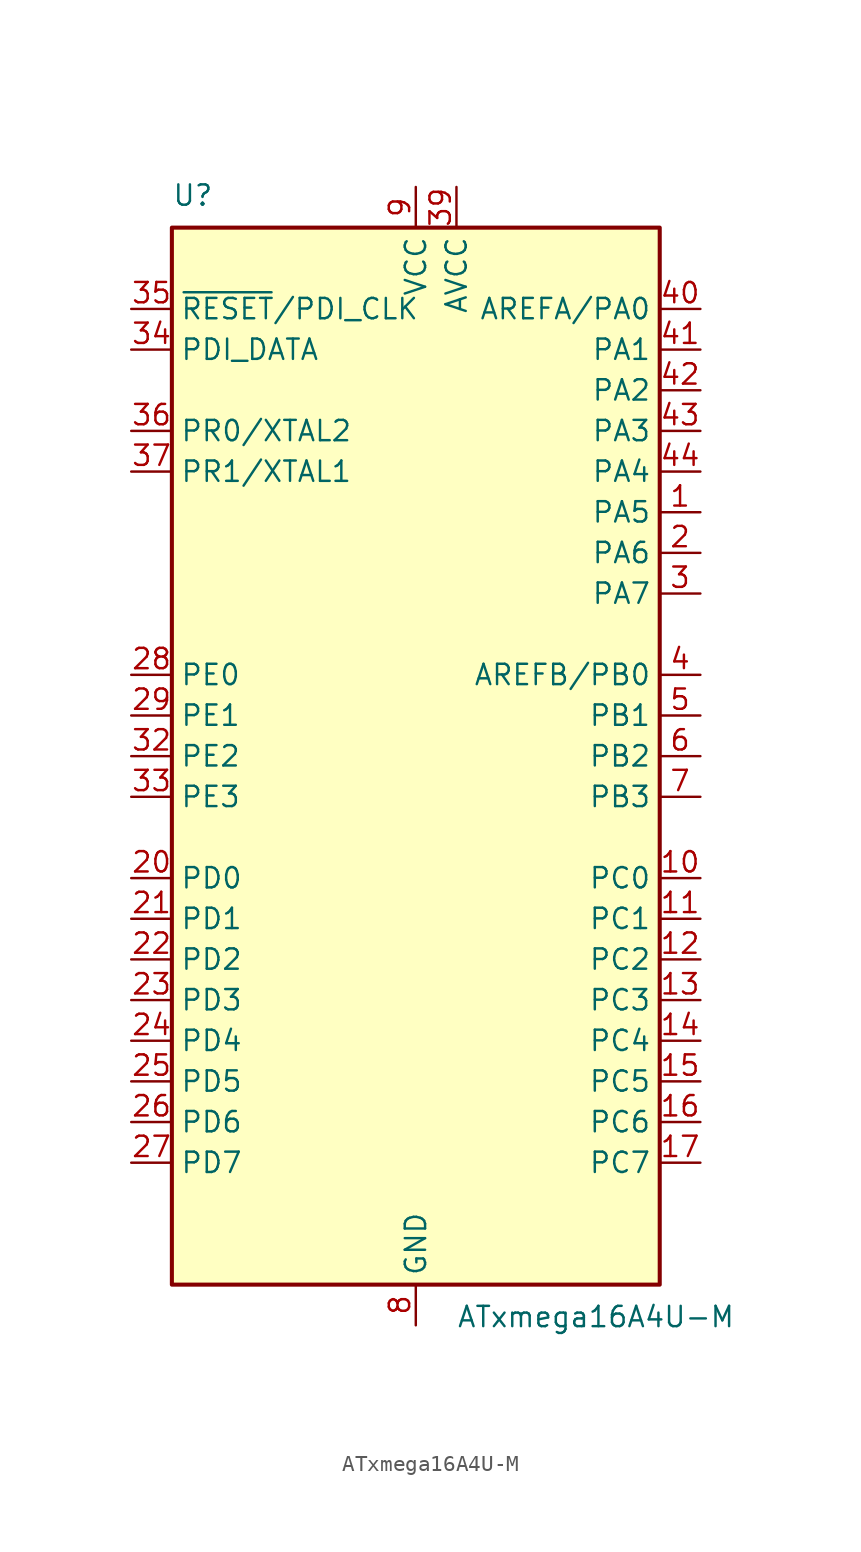
<source format=kicad_sym>
(kicad_symbol_lib
  (version 20201005)
  (generator kicad_symbol_editor)
  (symbol "MCU_Microchip_ATmega:ATxmega16A4U-M"
    (property "Reference" "U"
      (at -15.24 34.29 0)
      (effects (font (size 1.27 1.27)) (justify left bottom)))
    (property "Value" "ATxmega16A4U-M"
      (at 2.54 -34.29 0)
      (effects (font (size 1.27 1.27)) (justify left top)))
    (symbol "ATxmega16A4U-M_0_1"
      (rectangle (start -15.24 -33.02) (end 15.24 33.02) (stroke (width 0.254)) (fill (type background))))
    (symbol "ATxmega16A4U-M_1_1"
      (pin bidirectional line (at 17.78 15.24 180) (length 2.54) (name "PA5" (effects (font (size 1.27 1.27)))) (number "1" (effects (font (size 1.27 1.27)))))
      (pin bidirectional line (at 17.78 -7.62 180) (length 2.54) (name "PC0" (effects (font (size 1.27 1.27)))) (number "10" (effects (font (size 1.27 1.27)))))
      (pin bidirectional line (at 17.78 -10.16 180) (length 2.54) (name "PC1" (effects (font (size 1.27 1.27)))) (number "11" (effects (font (size 1.27 1.27)))))
      (pin bidirectional line (at 17.78 -12.7 180) (length 2.54) (name "PC2" (effects (font (size 1.27 1.27)))) (number "12" (effects (font (size 1.27 1.27)))))
      (pin bidirectional line (at 17.78 -15.24 180) (length 2.54) (name "PC3" (effects (font (size 1.27 1.27)))) (number "13" (effects (font (size 1.27 1.27)))))
      (pin bidirectional line (at 17.78 -17.78 180) (length 2.54) (name "PC4" (effects (font (size 1.27 1.27)))) (number "14" (effects (font (size 1.27 1.27)))))
      (pin bidirectional line (at 17.78 -20.32 180) (length 2.54) (name "PC5" (effects (font (size 1.27 1.27)))) (number "15" (effects (font (size 1.27 1.27)))))
      (pin bidirectional line (at 17.78 -22.86 180) (length 2.54) (name "PC6" (effects (font (size 1.27 1.27)))) (number "16" (effects (font (size 1.27 1.27)))))
      (pin bidirectional line (at 17.78 -25.4 180) (length 2.54) (name "PC7" (effects (font (size 1.27 1.27)))) (number "17" (effects (font (size 1.27 1.27)))))
      (pin passive line (at 0 -35.56 90) (length 2.54) hide (name "GND" (effects (font (size 1.27 1.27)))) (number "18" (effects (font (size 1.27 1.27)))))
      (pin passive line (at 0 35.56 270) (length 2.54) hide (name "VCC" (effects (font (size 1.27 1.27)))) (number "19" (effects (font (size 1.27 1.27)))))
      (pin bidirectional line (at 17.78 12.7 180) (length 2.54) (name "PA6" (effects (font (size 1.27 1.27)))) (number "2" (effects (font (size 1.27 1.27)))))
      (pin bidirectional line (at -17.78 -7.62 0) (length 2.54) (name "PD0" (effects (font (size 1.27 1.27)))) (number "20" (effects (font (size 1.27 1.27)))))
      (pin bidirectional line (at -17.78 -10.16 0) (length 2.54) (name "PD1" (effects (font (size 1.27 1.27)))) (number "21" (effects (font (size 1.27 1.27)))))
      (pin bidirectional line (at -17.78 -12.7 0) (length 2.54) (name "PD2" (effects (font (size 1.27 1.27)))) (number "22" (effects (font (size 1.27 1.27)))))
      (pin bidirectional line (at -17.78 -15.24 0) (length 2.54) (name "PD3" (effects (font (size 1.27 1.27)))) (number "23" (effects (font (size 1.27 1.27)))))
      (pin bidirectional line (at -17.78 -17.78 0) (length 2.54) (name "PD4" (effects (font (size 1.27 1.27)))) (number "24" (effects (font (size 1.27 1.27)))))
      (pin bidirectional line (at -17.78 -20.32 0) (length 2.54) (name "PD5" (effects (font (size 1.27 1.27)))) (number "25" (effects (font (size 1.27 1.27)))))
      (pin bidirectional line (at -17.78 -22.86 0) (length 2.54) (name "PD6" (effects (font (size 1.27 1.27)))) (number "26" (effects (font (size 1.27 1.27)))))
      (pin bidirectional line (at -17.78 -25.4 0) (length 2.54) (name "PD7" (effects (font (size 1.27 1.27)))) (number "27" (effects (font (size 1.27 1.27)))))
      (pin bidirectional line (at -17.78 5.08 0) (length 2.54) (name "PE0" (effects (font (size 1.27 1.27)))) (number "28" (effects (font (size 1.27 1.27)))))
      (pin bidirectional line (at -17.78 2.54 0) (length 2.54) (name "PE1" (effects (font (size 1.27 1.27)))) (number "29" (effects (font (size 1.27 1.27)))))
      (pin bidirectional line (at 17.78 10.16 180) (length 2.54) (name "PA7" (effects (font (size 1.27 1.27)))) (number "3" (effects (font (size 1.27 1.27)))))
      (pin passive line (at 0 -35.56 90) (length 2.54) hide (name "GND" (effects (font (size 1.27 1.27)))) (number "30" (effects (font (size 1.27 1.27)))))
      (pin passive line (at 0 35.56 270) (length 2.54) hide (name "VCC" (effects (font (size 1.27 1.27)))) (number "31" (effects (font (size 1.27 1.27)))))
      (pin bidirectional line (at -17.78 0 0) (length 2.54) (name "PE2" (effects (font (size 1.27 1.27)))) (number "32" (effects (font (size 1.27 1.27)))))
      (pin bidirectional line (at -17.78 -2.54 0) (length 2.54) (name "PE3" (effects (font (size 1.27 1.27)))) (number "33" (effects (font (size 1.27 1.27)))))
      (pin bidirectional line (at -17.78 25.4 0) (length 2.54) (name "PDI_DATA" (effects (font (size 1.27 1.27)))) (number "34" (effects (font (size 1.27 1.27)))))
      (pin input line (at -17.78 27.94 0) (length 2.54) (name "~RESET~/PDI_CLK" (effects (font (size 1.27 1.27)))) (number "35" (effects (font (size 1.27 1.27)))))
      (pin bidirectional line (at -17.78 20.32 0) (length 2.54) (name "PR0/XTAL2" (effects (font (size 1.27 1.27)))) (number "36" (effects (font (size 1.27 1.27)))))
      (pin bidirectional line (at -17.78 17.78 0) (length 2.54) (name "PR1/XTAL1" (effects (font (size 1.27 1.27)))) (number "37" (effects (font (size 1.27 1.27)))))
      (pin passive line (at 0 -35.56 90) (length 2.54) hide (name "GND" (effects (font (size 1.27 1.27)))) (number "38" (effects (font (size 1.27 1.27)))))
      (pin power_in line (at 2.54 35.56 270) (length 2.54) (name "AVCC" (effects (font (size 1.27 1.27)))) (number "39" (effects (font (size 1.27 1.27)))))
      (pin bidirectional line (at 17.78 5.08 180) (length 2.54) (name "AREFB/PB0" (effects (font (size 1.27 1.27)))) (number "4" (effects (font (size 1.27 1.27)))))
      (pin bidirectional line (at 17.78 27.94 180) (length 2.54) (name "AREFA/PA0" (effects (font (size 1.27 1.27)))) (number "40" (effects (font (size 1.27 1.27)))))
      (pin bidirectional line (at 17.78 25.4 180) (length 2.54) (name "PA1" (effects (font (size 1.27 1.27)))) (number "41" (effects (font (size 1.27 1.27)))))
      (pin bidirectional line (at 17.78 22.86 180) (length 2.54) (name "PA2" (effects (font (size 1.27 1.27)))) (number "42" (effects (font (size 1.27 1.27)))))
      (pin bidirectional line (at 17.78 20.32 180) (length 2.54) (name "PA3" (effects (font (size 1.27 1.27)))) (number "43" (effects (font (size 1.27 1.27)))))
      (pin bidirectional line (at 17.78 17.78 180) (length 2.54) (name "PA4" (effects (font (size 1.27 1.27)))) (number "44" (effects (font (size 1.27 1.27)))))
      (pin passive line (at 0 -35.56 90) (length 2.54) hide (name "GND" (effects (font (size 1.27 1.27)))) (number "45" (effects (font (size 1.27 1.27)))))
      (pin bidirectional line (at 17.78 2.54 180) (length 2.54) (name "PB1" (effects (font (size 1.27 1.27)))) (number "5" (effects (font (size 1.27 1.27)))))
      (pin bidirectional line (at 17.78 0 180) (length 2.54) (name "PB2" (effects (font (size 1.27 1.27)))) (number "6" (effects (font (size 1.27 1.27)))))
      (pin bidirectional line (at 17.78 -2.54 180) (length 2.54) (name "PB3" (effects (font (size 1.27 1.27)))) (number "7" (effects (font (size 1.27 1.27)))))
      (pin power_in line (at 0 -35.56 90) (length 2.54) (name "GND" (effects (font (size 1.27 1.27)))) (number "8" (effects (font (size 1.27 1.27)))))
      (pin power_in line (at 0 35.56 270) (length 2.54) (name "VCC" (effects (font (size 1.27 1.27)))) (number "9" (effects (font (size 1.27 1.27))))))))
</source>
